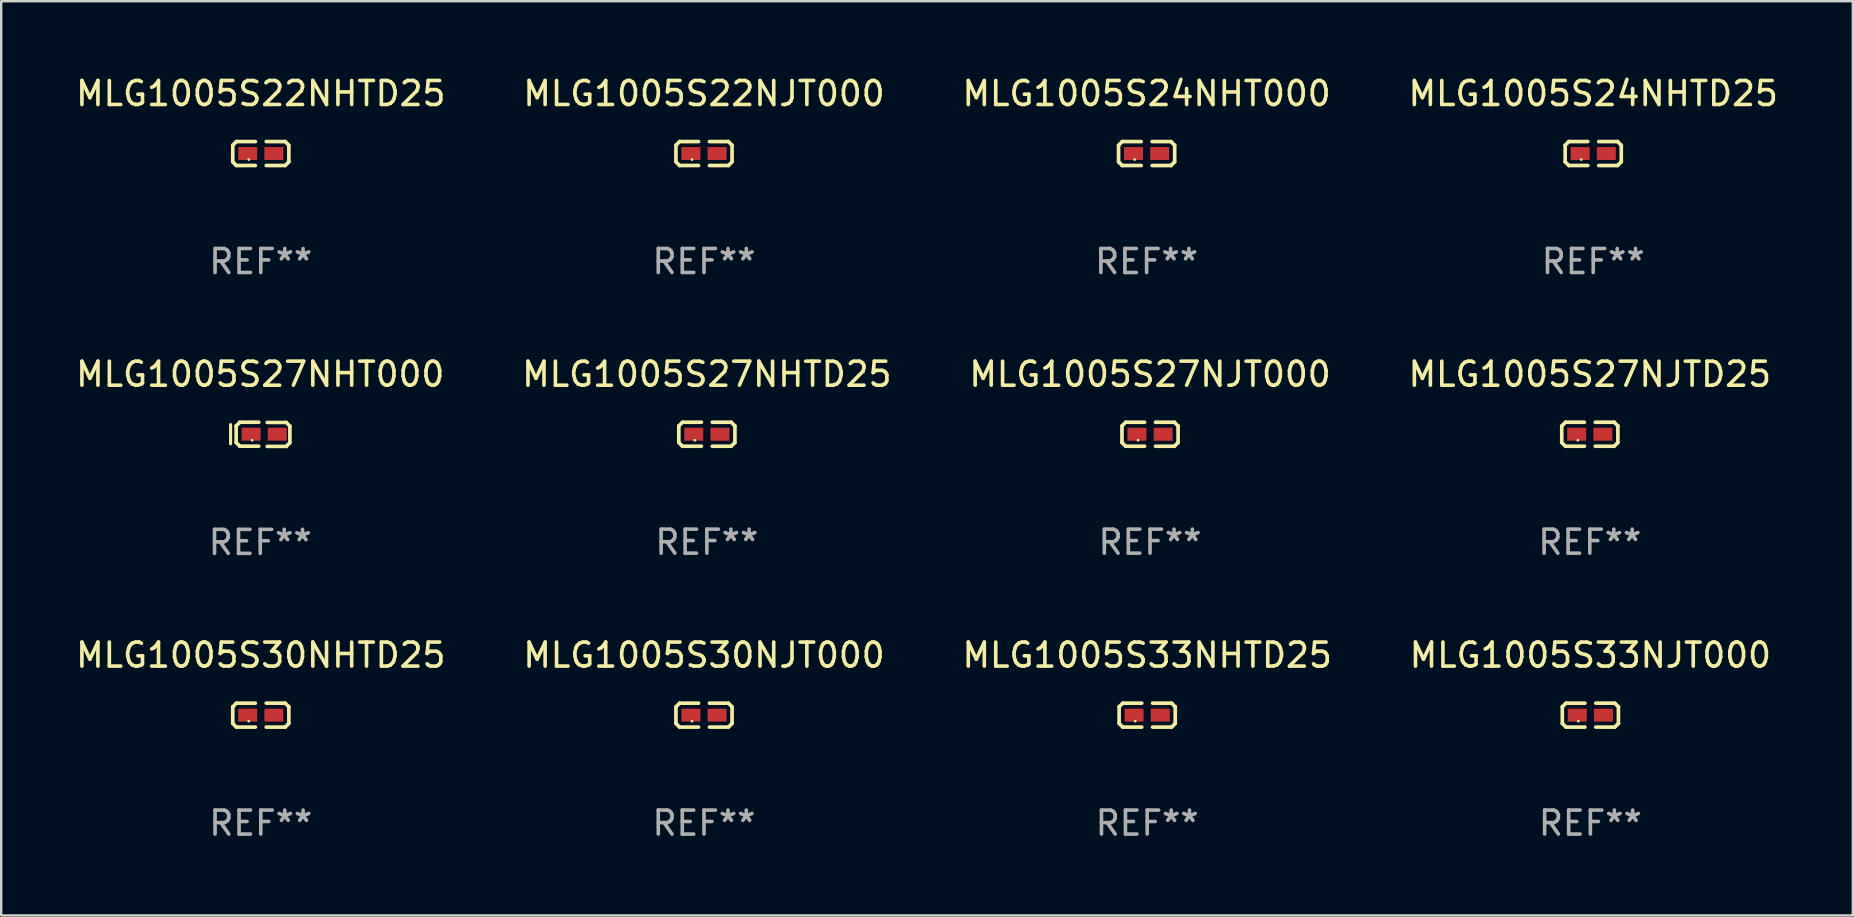
<source format=kicad_pcb>
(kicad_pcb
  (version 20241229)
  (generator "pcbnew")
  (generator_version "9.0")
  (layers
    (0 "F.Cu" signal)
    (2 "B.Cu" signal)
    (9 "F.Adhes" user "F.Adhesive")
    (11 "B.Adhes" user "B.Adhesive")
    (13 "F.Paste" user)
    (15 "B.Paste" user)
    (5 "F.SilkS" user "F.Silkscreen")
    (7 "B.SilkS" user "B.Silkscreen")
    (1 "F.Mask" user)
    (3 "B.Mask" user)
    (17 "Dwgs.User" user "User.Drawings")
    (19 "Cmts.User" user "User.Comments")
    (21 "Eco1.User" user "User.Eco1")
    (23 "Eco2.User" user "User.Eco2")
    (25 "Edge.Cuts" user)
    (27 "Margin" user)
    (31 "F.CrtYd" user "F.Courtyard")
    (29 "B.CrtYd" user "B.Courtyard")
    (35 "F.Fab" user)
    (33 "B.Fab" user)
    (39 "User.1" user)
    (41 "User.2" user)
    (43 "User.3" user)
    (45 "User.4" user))
  (footprint "MLG1005S30NJT000"
    (layer "F.Cu")
    (at 26.28 26.744)
    (property "Reference" "MLG1005S30NJT000" (at 0 -2.499 0) (layer "F.SilkS") (effects (font (size 1 1) (thickness 0.15))))
    (attr through_hole)
    (fp_line (start -1.169 -0.346) (end -1.016 -0.499) (stroke (width 0.152) (type solid)) (layer "F.SilkS"))
    (fp_line (start -1.169 0.346) (end -1.169 -0.346) (stroke (width 0.152) (type solid)) (layer "F.SilkS"))
    (fp_line (start -1.016 -0.499) (end -0.226 -0.499) (stroke (width 0.152) (type solid)) (layer "F.SilkS"))
    (fp_line (start -1.016 0.499) (end -1.169 0.346) (stroke (width 0.152) (type solid)) (layer "F.SilkS"))
    (fp_line (start -0.226 0.499) (end -1.016 0.499) (stroke (width 0.152) (type solid)) (layer "F.SilkS"))
    (fp_line (start 0.226 0.499) (end 1.016 0.499) (stroke (width 0.152) (type solid)) (layer "F.SilkS"))
    (fp_line (start 1.016 -0.499) (end 0.226 -0.499) (stroke (width 0.152) (type solid)) (layer "F.SilkS"))
    (fp_line (start 1.016 0.499) (end 1.169 0.346) (stroke (width 0.152) (type solid)) (layer "F.SilkS"))
    (fp_line (start 1.169 -0.346) (end 1.016 -0.499) (stroke (width 0.152) (type solid)) (layer "F.SilkS"))
    (fp_line (start 1.169 0.346) (end 1.169 -0.346) (stroke (width 0.152) (type solid)) (layer "F.SilkS"))
    (fp_circle (center -0.5 0.25) (end -0.47 0.25) (stroke (width 0.06) (type solid)) (fill no) (layer "F.SilkS"))
    (fp_text user "REF**" (at 0 4.499 0) (layer "F.Fab") (effects (font (size 1 1) (thickness 0.15))))
    (pad "1" smd rect (at -0.545 0) (size 0.79 0.54) (layers "F.Cu" "F.Mask" "F.Paste"))
    (pad "2" smd rect (at 0.545 0) (size 0.79 0.54) (layers "F.Cu" "F.Mask" "F.Paste")))
  (footprint "MLG1005S24NHT000"
    (layer "F.Cu")
    (at 44.72 3.347)
    (property "Reference" "MLG1005S24NHT000" (at 0 -2.499 0) (layer "F.SilkS") (effects (font (size 1 1) (thickness 0.15))))
    (attr through_hole)
    (fp_line (start -1.169 -0.346) (end -1.016 -0.499) (stroke (width 0.152) (type solid)) (layer "F.SilkS"))
    (fp_line (start -1.169 0.346) (end -1.169 -0.346) (stroke (width 0.152) (type solid)) (layer "F.SilkS"))
    (fp_line (start -1.016 -0.499) (end -0.226 -0.499) (stroke (width 0.152) (type solid)) (layer "F.SilkS"))
    (fp_line (start -1.016 0.499) (end -1.169 0.346) (stroke (width 0.152) (type solid)) (layer "F.SilkS"))
    (fp_line (start -0.226 0.499) (end -1.016 0.499) (stroke (width 0.152) (type solid)) (layer "F.SilkS"))
    (fp_line (start 0.226 0.499) (end 1.016 0.499) (stroke (width 0.152) (type solid)) (layer "F.SilkS"))
    (fp_line (start 1.016 -0.499) (end 0.226 -0.499) (stroke (width 0.152) (type solid)) (layer "F.SilkS"))
    (fp_line (start 1.016 0.499) (end 1.169 0.346) (stroke (width 0.152) (type solid)) (layer "F.SilkS"))
    (fp_line (start 1.169 -0.346) (end 1.016 -0.499) (stroke (width 0.152) (type solid)) (layer "F.SilkS"))
    (fp_line (start 1.169 0.346) (end 1.169 -0.346) (stroke (width 0.152) (type solid)) (layer "F.SilkS"))
    (fp_circle (center -0.5 0.25) (end -0.47 0.25) (stroke (width 0.06) (type solid)) (fill no) (layer "F.SilkS"))
    (fp_text user "REF**" (at 0 4.499 0) (layer "F.Fab") (effects (font (size 1 1) (thickness 0.15))))
    (pad "1" smd rect (at -0.545 0) (size 0.79 0.54) (layers "F.Cu" "F.Mask" "F.Paste"))
    (pad "2" smd rect (at 0.545 0) (size 0.79 0.54) (layers "F.Cu" "F.Mask" "F.Paste")))
  (footprint "MLG1005S24NHTD25"
    (layer "F.Cu")
    (at 63.327 3.347)
    (property "Reference" "MLG1005S24NHTD25" (at 0 -2.499 0) (layer "F.SilkS") (effects (font (size 1 1) (thickness 0.15))))
    (attr through_hole)
    (fp_line (start -1.169 -0.346) (end -1.016 -0.499) (stroke (width 0.152) (type solid)) (layer "F.SilkS"))
    (fp_line (start -1.169 0.346) (end -1.169 -0.346) (stroke (width 0.152) (type solid)) (layer "F.SilkS"))
    (fp_line (start -1.016 -0.499) (end -0.226 -0.499) (stroke (width 0.152) (type solid)) (layer "F.SilkS"))
    (fp_line (start -1.016 0.499) (end -1.169 0.346) (stroke (width 0.152) (type solid)) (layer "F.SilkS"))
    (fp_line (start -0.226 0.499) (end -1.016 0.499) (stroke (width 0.152) (type solid)) (layer "F.SilkS"))
    (fp_line (start 0.226 0.499) (end 1.016 0.499) (stroke (width 0.152) (type solid)) (layer "F.SilkS"))
    (fp_line (start 1.016 -0.499) (end 0.226 -0.499) (stroke (width 0.152) (type solid)) (layer "F.SilkS"))
    (fp_line (start 1.016 0.499) (end 1.169 0.346) (stroke (width 0.152) (type solid)) (layer "F.SilkS"))
    (fp_line (start 1.169 -0.346) (end 1.016 -0.499) (stroke (width 0.152) (type solid)) (layer "F.SilkS"))
    (fp_line (start 1.169 0.346) (end 1.169 -0.346) (stroke (width 0.152) (type solid)) (layer "F.SilkS"))
    (fp_circle (center -0.5 0.25) (end -0.47 0.25) (stroke (width 0.06) (type solid)) (fill no) (layer "F.SilkS"))
    (fp_text user "REF**" (at 0 4.499 0) (layer "F.Fab") (effects (font (size 1 1) (thickness 0.15))))
    (pad "1" smd rect (at -0.545 0) (size 0.79 0.54) (layers "F.Cu" "F.Mask" "F.Paste"))
    (pad "2" smd rect (at 0.545 0) (size 0.79 0.54) (layers "F.Cu" "F.Mask" "F.Paste")))
  (footprint "MLG1005S27NJTD25"
    (layer "F.Cu")
    (at 63.185 15.041)
    (property "Reference" "MLG1005S27NJTD25" (at 0 -2.499 0) (layer "F.SilkS") (effects (font (size 1 1) (thickness 0.15))))
    (attr through_hole)
    (fp_line (start -1.169 -0.346) (end -1.016 -0.499) (stroke (width 0.152) (type solid)) (layer "F.SilkS"))
    (fp_line (start -1.169 0.346) (end -1.169 -0.346) (stroke (width 0.152) (type solid)) (layer "F.SilkS"))
    (fp_line (start -1.016 -0.499) (end -0.226 -0.499) (stroke (width 0.152) (type solid)) (layer "F.SilkS"))
    (fp_line (start -1.016 0.499) (end -1.169 0.346) (stroke (width 0.152) (type solid)) (layer "F.SilkS"))
    (fp_line (start -0.226 0.499) (end -1.016 0.499) (stroke (width 0.152) (type solid)) (layer "F.SilkS"))
    (fp_line (start 0.226 0.499) (end 1.016 0.499) (stroke (width 0.152) (type solid)) (layer "F.SilkS"))
    (fp_line (start 1.016 -0.499) (end 0.226 -0.499) (stroke (width 0.152) (type solid)) (layer "F.SilkS"))
    (fp_line (start 1.016 0.499) (end 1.169 0.346) (stroke (width 0.152) (type solid)) (layer "F.SilkS"))
    (fp_line (start 1.169 -0.346) (end 1.016 -0.499) (stroke (width 0.152) (type solid)) (layer "F.SilkS"))
    (fp_line (start 1.169 0.346) (end 1.169 -0.346) (stroke (width 0.152) (type solid)) (layer "F.SilkS"))
    (fp_circle (center -0.5 0.25) (end -0.47 0.25) (stroke (width 0.06) (type solid)) (fill no) (layer "F.SilkS"))
    (fp_text user "REF**" (at 0 4.499 0) (layer "F.Fab") (effects (font (size 1 1) (thickness 0.15))))
    (pad "1" smd rect (at -0.545 0) (size 0.79 0.54) (layers "F.Cu" "F.Mask" "F.Paste"))
    (pad "2" smd rect (at 0.545 0) (size 0.79 0.54) (layers "F.Cu" "F.Mask" "F.Paste")))
  (footprint "MLG1005S22NJT000"
    (layer "F.Cu")
    (at 26.28 3.347)
    (property "Reference" "MLG1005S22NJT000" (at 0 -2.499 0) (layer "F.SilkS") (effects (font (size 1 1) (thickness 0.15))))
    (attr through_hole)
    (fp_line (start -1.169 -0.346) (end -1.016 -0.499) (stroke (width 0.152) (type solid)) (layer "F.SilkS"))
    (fp_line (start -1.169 0.346) (end -1.169 -0.346) (stroke (width 0.152) (type solid)) (layer "F.SilkS"))
    (fp_line (start -1.016 -0.499) (end -0.226 -0.499) (stroke (width 0.152) (type solid)) (layer "F.SilkS"))
    (fp_line (start -1.016 0.499) (end -1.169 0.346) (stroke (width 0.152) (type solid)) (layer "F.SilkS"))
    (fp_line (start -0.226 0.499) (end -1.016 0.499) (stroke (width 0.152) (type solid)) (layer "F.SilkS"))
    (fp_line (start 0.226 0.499) (end 1.016 0.499) (stroke (width 0.152) (type solid)) (layer "F.SilkS"))
    (fp_line (start 1.016 -0.499) (end 0.226 -0.499) (stroke (width 0.152) (type solid)) (layer "F.SilkS"))
    (fp_line (start 1.016 0.499) (end 1.169 0.346) (stroke (width 0.152) (type solid)) (layer "F.SilkS"))
    (fp_line (start 1.169 -0.346) (end 1.016 -0.499) (stroke (width 0.152) (type solid)) (layer "F.SilkS"))
    (fp_line (start 1.169 0.346) (end 1.169 -0.346) (stroke (width 0.152) (type solid)) (layer "F.SilkS"))
    (fp_circle (center -0.5 0.25) (end -0.47 0.25) (stroke (width 0.06) (type solid)) (fill no) (layer "F.SilkS"))
    (fp_text user "REF**" (at 0 4.499 0) (layer "F.Fab") (effects (font (size 1 1) (thickness 0.15))))
    (pad "1" smd rect (at -0.545 0) (size 0.79 0.54) (layers "F.Cu" "F.Mask" "F.Paste"))
    (pad "2" smd rect (at 0.545 0) (size 0.79 0.54) (layers "F.Cu" "F.Mask" "F.Paste")))
  (footprint "MLG1005S27NHT000"
    (layer "F.Cu")
    (at 7.792 15.045)
    (property "Reference" "MLG1005S27NHT000" (at 0 -2.503 0) (layer "F.SilkS") (effects (font (size 1 1) (thickness 0.15))))
    (attr through_hole)
    (fp_line (start -1.235 -0.405) (end -1.235 0.395) (stroke (width 0.13) (type solid)) (layer "F.SilkS"))
    (fp_line (start -1.003 -0.351) (end -0.851 -0.503) (stroke (width 0.152) (type solid)) (layer "F.SilkS"))
    (fp_line (start -1.003 0.341) (end -1.003 -0.351) (stroke (width 0.152) (type solid)) (layer "F.SilkS"))
    (fp_line (start -0.851 -0.503) (end -0.061 -0.503) (stroke (width 0.152) (type solid)) (layer "F.SilkS"))
    (fp_line (start -0.851 0.494) (end -1.003 0.341) (stroke (width 0.152) (type solid)) (layer "F.SilkS"))
    (fp_line (start -0.061 0.494) (end -0.851 0.494) (stroke (width 0.152) (type solid)) (layer "F.SilkS"))
    (fp_line (start 0.292 0.503) (end 1.082 0.503) (stroke (width 0.152) (type solid)) (layer "F.SilkS"))
    (fp_line (start 1.082 -0.494) (end 0.292 -0.494) (stroke (width 0.152) (type solid)) (layer "F.SilkS"))
    (fp_line (start 1.082 0.503) (end 1.235 0.351) (stroke (width 0.152) (type solid)) (layer "F.SilkS"))
    (fp_line (start 1.235 -0.341) (end 1.082 -0.494) (stroke (width 0.152) (type solid)) (layer "F.SilkS"))
    (fp_line (start 1.235 0.351) (end 1.235 -0.341) (stroke (width 0.152) (type solid)) (layer "F.SilkS"))
    (fp_circle (center -0.335 0.245) (end -0.305 0.245) (stroke (width 0.06) (type solid)) (fill no) (layer "F.SilkS"))
    (fp_text user "REF**" (at 0 4.503 0) (layer "F.Fab") (effects (font (size 1 1) (thickness 0.15))))
    (pad "1" smd rect (at -0.38 -0.005) (size 0.79 0.54) (layers "F.Cu" "F.Mask" "F.Paste"))
    (pad "2" smd rect (at 0.71 -0.005) (size 0.79 0.54) (layers "F.Cu" "F.Mask" "F.Paste")))
  (footprint "MLG1005S33NJT000"
    (layer "F.Cu")
    (at 63.208 26.744)
    (property "Reference" "MLG1005S33NJT000" (at 0 -2.499 0) (layer "F.SilkS") (effects (font (size 1 1) (thickness 0.15))))
    (attr through_hole)
    (fp_line (start -1.169 -0.346) (end -1.016 -0.499) (stroke (width 0.152) (type solid)) (layer "F.SilkS"))
    (fp_line (start -1.169 0.346) (end -1.169 -0.346) (stroke (width 0.152) (type solid)) (layer "F.SilkS"))
    (fp_line (start -1.016 -0.499) (end -0.226 -0.499) (stroke (width 0.152) (type solid)) (layer "F.SilkS"))
    (fp_line (start -1.016 0.499) (end -1.169 0.346) (stroke (width 0.152) (type solid)) (layer "F.SilkS"))
    (fp_line (start -0.226 0.499) (end -1.016 0.499) (stroke (width 0.152) (type solid)) (layer "F.SilkS"))
    (fp_line (start 0.226 0.499) (end 1.016 0.499) (stroke (width 0.152) (type solid)) (layer "F.SilkS"))
    (fp_line (start 1.016 -0.499) (end 0.226 -0.499) (stroke (width 0.152) (type solid)) (layer "F.SilkS"))
    (fp_line (start 1.016 0.499) (end 1.169 0.346) (stroke (width 0.152) (type solid)) (layer "F.SilkS"))
    (fp_line (start 1.169 -0.346) (end 1.016 -0.499) (stroke (width 0.152) (type solid)) (layer "F.SilkS"))
    (fp_line (start 1.169 0.346) (end 1.169 -0.346) (stroke (width 0.152) (type solid)) (layer "F.SilkS"))
    (fp_circle (center -0.5 0.25) (end -0.47 0.25) (stroke (width 0.06) (type solid)) (fill no) (layer "F.SilkS"))
    (fp_text user "REF**" (at 0 4.499 0) (layer "F.Fab") (effects (font (size 1 1) (thickness 0.15))))
    (pad "1" smd rect (at -0.545 0) (size 0.79 0.54) (layers "F.Cu" "F.Mask" "F.Paste"))
    (pad "2" smd rect (at 0.545 0) (size 0.79 0.54) (layers "F.Cu" "F.Mask" "F.Paste")))
  (footprint "MLG1005S33NHTD25"
    (layer "F.Cu")
    (at 44.744 26.744)
    (property "Reference" "MLG1005S33NHTD25" (at 0 -2.499 0) (layer "F.SilkS") (effects (font (size 1 1) (thickness 0.15))))
    (attr through_hole)
    (fp_line (start -1.169 -0.346) (end -1.016 -0.499) (stroke (width 0.152) (type solid)) (layer "F.SilkS"))
    (fp_line (start -1.169 0.346) (end -1.169 -0.346) (stroke (width 0.152) (type solid)) (layer "F.SilkS"))
    (fp_line (start -1.016 -0.499) (end -0.226 -0.499) (stroke (width 0.152) (type solid)) (layer "F.SilkS"))
    (fp_line (start -1.016 0.499) (end -1.169 0.346) (stroke (width 0.152) (type solid)) (layer "F.SilkS"))
    (fp_line (start -0.226 0.499) (end -1.016 0.499) (stroke (width 0.152) (type solid)) (layer "F.SilkS"))
    (fp_line (start 0.226 0.499) (end 1.016 0.499) (stroke (width 0.152) (type solid)) (layer "F.SilkS"))
    (fp_line (start 1.016 -0.499) (end 0.226 -0.499) (stroke (width 0.152) (type solid)) (layer "F.SilkS"))
    (fp_line (start 1.016 0.499) (end 1.169 0.346) (stroke (width 0.152) (type solid)) (layer "F.SilkS"))
    (fp_line (start 1.169 -0.346) (end 1.016 -0.499) (stroke (width 0.152) (type solid)) (layer "F.SilkS"))
    (fp_line (start 1.169 0.346) (end 1.169 -0.346) (stroke (width 0.152) (type solid)) (layer "F.SilkS"))
    (fp_circle (center -0.5 0.25) (end -0.47 0.25) (stroke (width 0.06) (type solid)) (fill no) (layer "F.SilkS"))
    (fp_text user "REF**" (at 0 4.499 0) (layer "F.Fab") (effects (font (size 1 1) (thickness 0.15))))
    (pad "1" smd rect (at -0.545 0) (size 0.79 0.54) (layers "F.Cu" "F.Mask" "F.Paste"))
    (pad "2" smd rect (at 0.545 0) (size 0.79 0.54) (layers "F.Cu" "F.Mask" "F.Paste")))
  (footprint "MLG1005S27NHTD25"
    (layer "F.Cu")
    (at 26.399 15.041)
    (property "Reference" "MLG1005S27NHTD25" (at 0 -2.499 0) (layer "F.SilkS") (effects (font (size 1 1) (thickness 0.15))))
    (attr through_hole)
    (fp_line (start -1.169 -0.346) (end -1.016 -0.499) (stroke (width 0.152) (type solid)) (layer "F.SilkS"))
    (fp_line (start -1.169 0.346) (end -1.169 -0.346) (stroke (width 0.152) (type solid)) (layer "F.SilkS"))
    (fp_line (start -1.016 -0.499) (end -0.226 -0.499) (stroke (width 0.152) (type solid)) (layer "F.SilkS"))
    (fp_line (start -1.016 0.499) (end -1.169 0.346) (stroke (width 0.152) (type solid)) (layer "F.SilkS"))
    (fp_line (start -0.226 0.499) (end -1.016 0.499) (stroke (width 0.152) (type solid)) (layer "F.SilkS"))
    (fp_line (start 0.226 0.499) (end 1.016 0.499) (stroke (width 0.152) (type solid)) (layer "F.SilkS"))
    (fp_line (start 1.016 -0.499) (end 0.226 -0.499) (stroke (width 0.152) (type solid)) (layer "F.SilkS"))
    (fp_line (start 1.016 0.499) (end 1.169 0.346) (stroke (width 0.152) (type solid)) (layer "F.SilkS"))
    (fp_line (start 1.169 -0.346) (end 1.016 -0.499) (stroke (width 0.152) (type solid)) (layer "F.SilkS"))
    (fp_line (start 1.169 0.346) (end 1.169 -0.346) (stroke (width 0.152) (type solid)) (layer "F.SilkS"))
    (fp_circle (center -0.5 0.25) (end -0.47 0.25) (stroke (width 0.06) (type solid)) (fill no) (layer "F.SilkS"))
    (fp_text user "REF**" (at 0 4.499 0) (layer "F.Fab") (effects (font (size 1 1) (thickness 0.15))))
    (pad "1" smd rect (at -0.545 0) (size 0.79 0.54) (layers "F.Cu" "F.Mask" "F.Paste"))
    (pad "2" smd rect (at 0.545 0) (size 0.79 0.54) (layers "F.Cu" "F.Mask" "F.Paste")))
  (footprint "MLG1005S27NJT000"
    (layer "F.Cu")
    (at 44.863 15.041)
    (property "Reference" "MLG1005S27NJT000" (at 0 -2.499 0) (layer "F.SilkS") (effects (font (size 1 1) (thickness 0.15))))
    (attr through_hole)
    (fp_line (start -1.169 -0.346) (end -1.016 -0.499) (stroke (width 0.152) (type solid)) (layer "F.SilkS"))
    (fp_line (start -1.169 0.346) (end -1.169 -0.346) (stroke (width 0.152) (type solid)) (layer "F.SilkS"))
    (fp_line (start -1.016 -0.499) (end -0.226 -0.499) (stroke (width 0.152) (type solid)) (layer "F.SilkS"))
    (fp_line (start -1.016 0.499) (end -1.169 0.346) (stroke (width 0.152) (type solid)) (layer "F.SilkS"))
    (fp_line (start -0.226 0.499) (end -1.016 0.499) (stroke (width 0.152) (type solid)) (layer "F.SilkS"))
    (fp_line (start 0.226 0.499) (end 1.016 0.499) (stroke (width 0.152) (type solid)) (layer "F.SilkS"))
    (fp_line (start 1.016 -0.499) (end 0.226 -0.499) (stroke (width 0.152) (type solid)) (layer "F.SilkS"))
    (fp_line (start 1.016 0.499) (end 1.169 0.346) (stroke (width 0.152) (type solid)) (layer "F.SilkS"))
    (fp_line (start 1.169 -0.346) (end 1.016 -0.499) (stroke (width 0.152) (type solid)) (layer "F.SilkS"))
    (fp_line (start 1.169 0.346) (end 1.169 -0.346) (stroke (width 0.152) (type solid)) (layer "F.SilkS"))
    (fp_circle (center -0.5 0.25) (end -0.47 0.25) (stroke (width 0.06) (type solid)) (fill no) (layer "F.SilkS"))
    (fp_text user "REF**" (at 0 4.499 0) (layer "F.Fab") (effects (font (size 1 1) (thickness 0.15))))
    (pad "1" smd rect (at -0.545 0) (size 0.79 0.54) (layers "F.Cu" "F.Mask" "F.Paste"))
    (pad "2" smd rect (at 0.545 0) (size 0.79 0.54) (layers "F.Cu" "F.Mask" "F.Paste")))
  (footprint "MLG1005S22NHTD25"
    (layer "F.Cu")
    (at 7.815 3.347)
    (property "Reference" "MLG1005S22NHTD25" (at 0 -2.499 0) (layer "F.SilkS") (effects (font (size 1 1) (thickness 0.15))))
    (attr through_hole)
    (fp_line (start -1.169 -0.346) (end -1.016 -0.499) (stroke (width 0.152) (type solid)) (layer "F.SilkS"))
    (fp_line (start -1.169 0.346) (end -1.169 -0.346) (stroke (width 0.152) (type solid)) (layer "F.SilkS"))
    (fp_line (start -1.016 -0.499) (end -0.226 -0.499) (stroke (width 0.152) (type solid)) (layer "F.SilkS"))
    (fp_line (start -1.016 0.499) (end -1.169 0.346) (stroke (width 0.152) (type solid)) (layer "F.SilkS"))
    (fp_line (start -0.226 0.499) (end -1.016 0.499) (stroke (width 0.152) (type solid)) (layer "F.SilkS"))
    (fp_line (start 0.226 0.499) (end 1.016 0.499) (stroke (width 0.152) (type solid)) (layer "F.SilkS"))
    (fp_line (start 1.016 -0.499) (end 0.226 -0.499) (stroke (width 0.152) (type solid)) (layer "F.SilkS"))
    (fp_line (start 1.016 0.499) (end 1.169 0.346) (stroke (width 0.152) (type solid)) (layer "F.SilkS"))
    (fp_line (start 1.169 -0.346) (end 1.016 -0.499) (stroke (width 0.152) (type solid)) (layer "F.SilkS"))
    (fp_line (start 1.169 0.346) (end 1.169 -0.346) (stroke (width 0.152) (type solid)) (layer "F.SilkS"))
    (fp_circle (center -0.5 0.25) (end -0.47 0.25) (stroke (width 0.06) (type solid)) (fill no) (layer "F.SilkS"))
    (fp_text user "REF**" (at 0 4.499 0) (layer "F.Fab") (effects (font (size 1 1) (thickness 0.15))))
    (pad "1" smd rect (at -0.545 0) (size 0.79 0.54) (layers "F.Cu" "F.Mask" "F.Paste"))
    (pad "2" smd rect (at 0.545 0) (size 0.79 0.54) (layers "F.Cu" "F.Mask" "F.Paste")))
  (footprint "MLG1005S30NHTD25"
    (layer "F.Cu")
    (at 7.815 26.744)
    (property "Reference" "MLG1005S30NHTD25" (at 0 -2.499 0) (layer "F.SilkS") (effects (font (size 1 1) (thickness 0.15))))
    (attr through_hole)
    (fp_line (start -1.169 -0.346) (end -1.016 -0.499) (stroke (width 0.152) (type solid)) (layer "F.SilkS"))
    (fp_line (start -1.169 0.346) (end -1.169 -0.346) (stroke (width 0.152) (type solid)) (layer "F.SilkS"))
    (fp_line (start -1.016 -0.499) (end -0.226 -0.499) (stroke (width 0.152) (type solid)) (layer "F.SilkS"))
    (fp_line (start -1.016 0.499) (end -1.169 0.346) (stroke (width 0.152) (type solid)) (layer "F.SilkS"))
    (fp_line (start -0.226 0.499) (end -1.016 0.499) (stroke (width 0.152) (type solid)) (layer "F.SilkS"))
    (fp_line (start 0.226 0.499) (end 1.016 0.499) (stroke (width 0.152) (type solid)) (layer "F.SilkS"))
    (fp_line (start 1.016 -0.499) (end 0.226 -0.499) (stroke (width 0.152) (type solid)) (layer "F.SilkS"))
    (fp_line (start 1.016 0.499) (end 1.169 0.346) (stroke (width 0.152) (type solid)) (layer "F.SilkS"))
    (fp_line (start 1.169 -0.346) (end 1.016 -0.499) (stroke (width 0.152) (type solid)) (layer "F.SilkS"))
    (fp_line (start 1.169 0.346) (end 1.169 -0.346) (stroke (width 0.152) (type solid)) (layer "F.SilkS"))
    (fp_circle (center -0.5 0.25) (end -0.47 0.25) (stroke (width 0.06) (type solid)) (fill no) (layer "F.SilkS"))
    (fp_text user "REF**" (at 0 4.499 0) (layer "F.Fab") (effects (font (size 1 1) (thickness 0.15))))
    (pad "1" smd rect (at -0.545 0) (size 0.79 0.54) (layers "F.Cu" "F.Mask" "F.Paste"))
    (pad "2" smd rect (at 0.545 0) (size 0.79 0.54) (layers "F.Cu" "F.Mask" "F.Paste")))
  (gr_rect
    (start -3 -3)
    (end 74.143 35.09)
    (stroke (width 0.1) (type default))
    (fill no)
    (layer "Edge.Cuts")))
</source>
